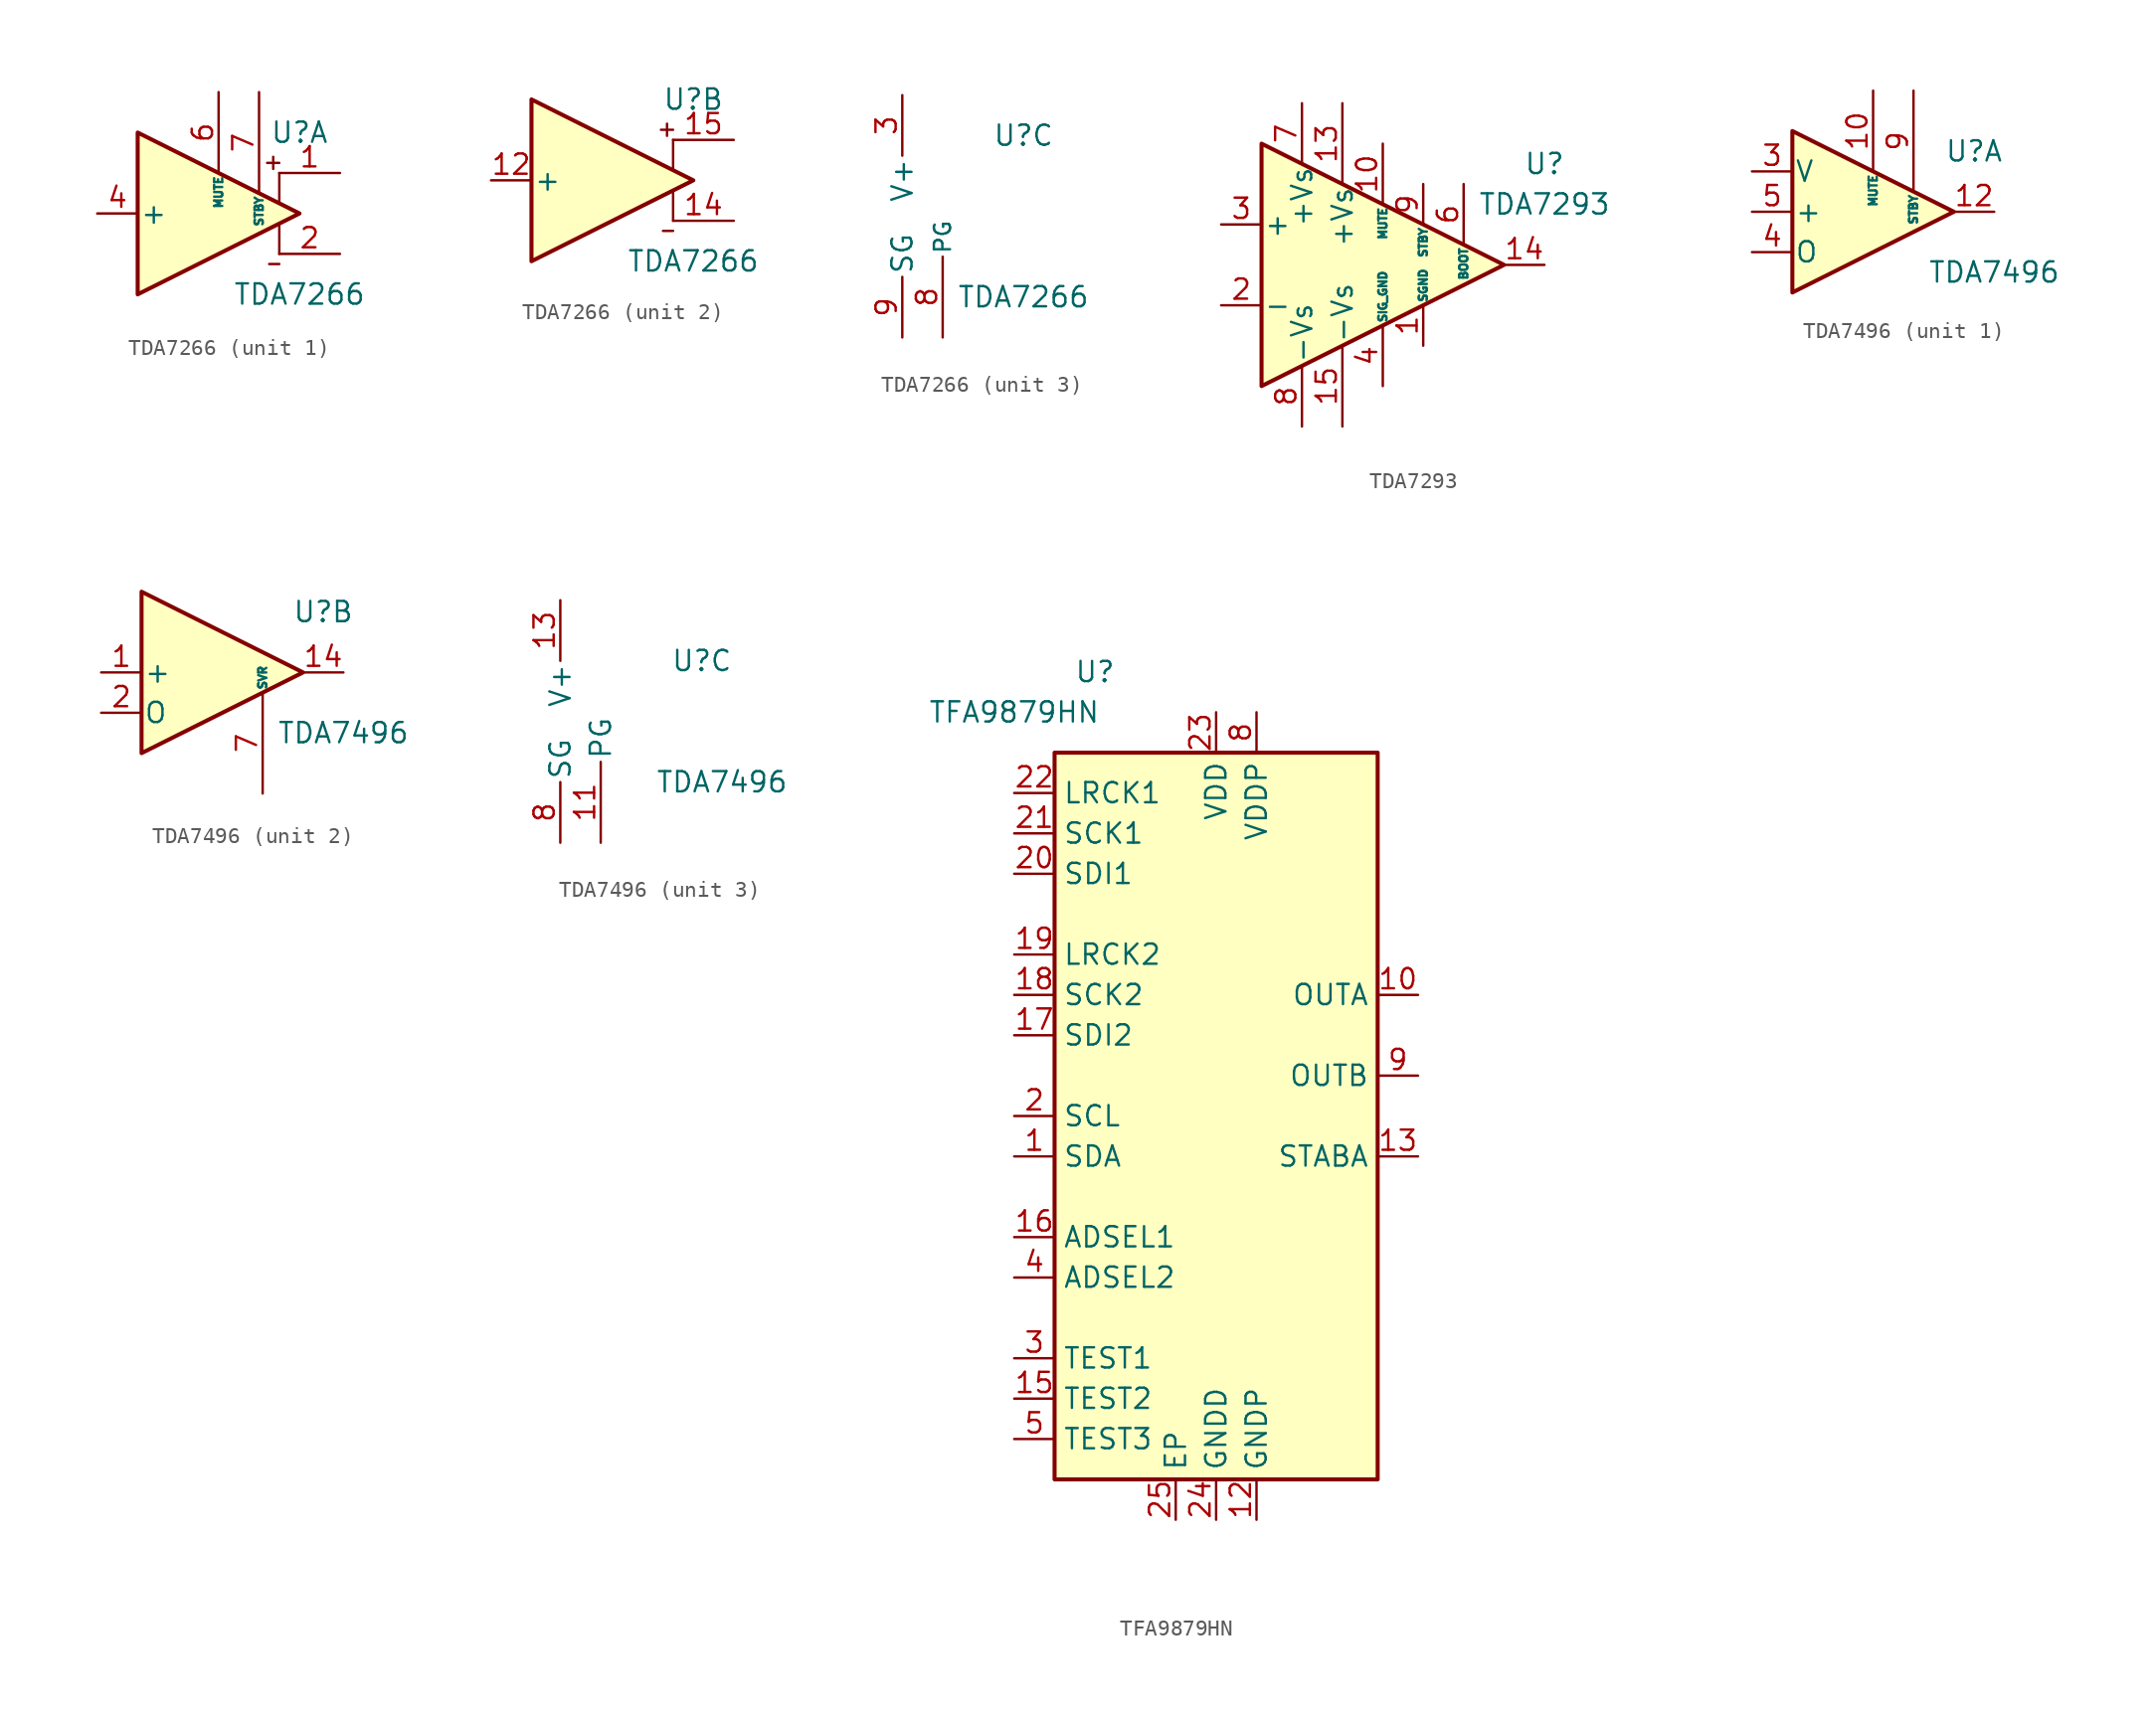
<source format=kicad_sym>
(kicad_symbol_lib
  (version 20200908)
  (generator kicad_symbol_editor)
  (symbol "Amplifier_Audio:TDA7266"
    (pin_names
      (offset 0.127))
    (property "Reference" "U"
      (at 5.08 5.08 0)
      (effects (font (size 1.27 1.27))))
    (property "Value" "TDA7266"
      (at 5.08 -5.08 0)
      (effects (font (size 1.27 1.27))))
    (property "ki_locked" ""
      (at 0 0 0)
      (effects (font (size 1.27 1.27))))
    (symbol "TDA7266_1_1"
      (polyline (pts (xy 3.048 3.175) (xy 3.81 3.175)) (stroke (width 0)) (fill (type none)))
      (polyline (pts (xy 3.175 -3.175) (xy 3.81 -3.175)) (stroke (width 0)) (fill (type none)))
      (polyline (pts (xy 3.429 2.794) (xy 3.429 3.556)) (stroke (width 0)) (fill (type none)))
      (polyline (pts (xy 3.81 -0.635) (xy 3.81 -2.54)) (stroke (width 0)) (fill (type none)))
      (polyline (pts (xy 3.81 2.54) (xy 3.81 0.635)) (stroke (width 0)) (fill (type none)))
      (polyline (pts (xy 5.08 0) (xy -5.08 5.08) (xy -5.08 -5.08) (xy 5.08 0)) (stroke (width 0.254)) (fill (type background)))
      (pin output line (at 7.62 2.54 180) (length 3.81) (name "~" (effects (font (size 1.27 1.27)))) (number "1" (effects (font (size 1.27 1.27)))))
      (pin unconnected line (at 0 2.54 270) (length 2.54) hide (name "NC" (effects (font (size 1.27 1.27)))) (number "10" (effects (font (size 1.27 1.27)))))
      (pin unconnected line (at 2.54 2.54 270) (length 2.54) hide (name "NC" (effects (font (size 1.27 1.27)))) (number "11" (effects (font (size 1.27 1.27)))))
      (pin output line (at 7.62 -2.54 180) (length 3.81) (name "~" (effects (font (size 1.27 1.27)))) (number "2" (effects (font (size 1.27 1.27)))))
      (pin input line (at -7.62 0 0) (length 2.54) (name "+" (effects (font (size 1.27 1.27)))) (number "4" (effects (font (size 1.27 1.27)))))
      (pin unconnected line (at -2.54 2.54 270) (length 2.54) hide (name "NC" (effects (font (size 1.27 1.27)))) (number "5" (effects (font (size 1.27 1.27)))))
      (pin input line (at 0 7.62 270) (length 5.08) (name "MUTE" (effects (font (size 0.508 0.508)))) (number "6" (effects (font (size 1.27 1.27)))))
      (pin input line (at 2.54 7.62 270) (length 6.35) (name "STBY" (effects (font (size 0.508 0.508)))) (number "7" (effects (font (size 1.27 1.27))))))
    (symbol "TDA7266_2_1"
      (polyline (pts (xy 3.048 3.175) (xy 3.81 3.175)) (stroke (width 0)) (fill (type none)))
      (polyline (pts (xy 3.175 -3.175) (xy 3.81 -3.175)) (stroke (width 0)) (fill (type none)))
      (polyline (pts (xy 3.429 2.794) (xy 3.429 3.556)) (stroke (width 0)) (fill (type none)))
      (polyline (pts (xy 3.81 -0.635) (xy 3.81 -2.54)) (stroke (width 0)) (fill (type none)))
      (polyline (pts (xy 3.81 2.54) (xy 3.81 0.635)) (stroke (width 0)) (fill (type none)))
      (polyline (pts (xy 5.08 0) (xy -5.08 5.08) (xy -5.08 -5.08) (xy 5.08 0)) (stroke (width 0.254)) (fill (type background)))
      (pin input line (at -7.62 0 0) (length 2.54) (name "+" (effects (font (size 1.27 1.27)))) (number "12" (effects (font (size 1.27 1.27)))))
      (pin output line (at 7.62 -2.54 180) (length 3.81) (name "~" (effects (font (size 1.27 1.27)))) (number "14" (effects (font (size 1.27 1.27)))))
      (pin output line (at 7.62 2.54 180) (length 3.81) (name "~" (effects (font (size 1.27 1.27)))) (number "15" (effects (font (size 1.27 1.27))))))
    (symbol "TDA7266_3_1"
      (pin passive line (at -2.54 7.62 270) (length 3.81) hide (name "V+" (effects (font (size 1.27 1.27)))) (number "13" (effects (font (size 1.27 1.27)))))
      (pin power_in line (at -2.54 7.62 270) (length 3.81) (name "V+" (effects (font (size 1.27 1.27)))) (number "3" (effects (font (size 1.27 1.27)))))
      (pin power_in line (at 0 -7.62 90) (length 5.08) (name "PG" (effects (font (size 1.016 1.016)))) (number "8" (effects (font (size 1.27 1.27)))))
      (pin power_in line (at -2.54 -7.62 90) (length 3.81) (name "SG" (effects (font (size 1.27 1.27)))) (number "9" (effects (font (size 1.27 1.27)))))))
  (symbol "Amplifier_Audio:TDA7293"
    (pin_names
      (offset 0.127))
    (property "Reference" "U"
      (at 10.16 6.35 0)
      (effects (font (size 1.27 1.27))))
    (property "Value" "TDA7293"
      (at 10.16 3.81 0)
      (effects (font (size 1.27 1.27))))
    (symbol "TDA7293_0_1"
      (polyline (pts (xy -7.62 7.62) (xy 7.62 0) (xy -7.62 -7.62) (xy -7.62 7.62)) (stroke (width 0.254)) (fill (type background))))
    (symbol "TDA7293_1_1"
      (pin power_in line (at 2.54 -5.08 90) (length 2.54) (name "SGND" (effects (font (size 0.508 0.508)))) (number "1" (effects (font (size 1.27 1.27)))))
      (pin input line (at 0 7.62 270) (length 3.81) (name "MUTE" (effects (font (size 0.508 0.508)))) (number "10" (effects (font (size 1.27 1.27)))))
      (pin unconnected line (at 0 2.54 270) (length 2.54) hide (name "NC" (effects (font (size 1.27 1.27)))) (number "11" (effects (font (size 1.27 1.27)))))
      (pin unconnected line (at 2.54 2.54 270) (length 2.54) hide (name "NC" (effects (font (size 1.27 1.27)))) (number "12" (effects (font (size 1.27 1.27)))))
      (pin power_in line (at -2.54 10.16 270) (length 5.08) (name "+Vs" (effects (font (size 1.27 1.27)))) (number "13" (effects (font (size 1.27 1.27)))))
      (pin output line (at 10.16 0 180) (length 2.54) (name "~" (effects (font (size 1.27 1.27)))) (number "14" (effects (font (size 1.27 1.27)))))
      (pin power_in line (at -2.54 -10.16 90) (length 5.08) (name "-Vs" (effects (font (size 1.27 1.27)))) (number "15" (effects (font (size 1.27 1.27)))))
      (pin input line (at -10.16 -2.54 0) (length 2.54) (name "-" (effects (font (size 1.27 1.27)))) (number "2" (effects (font (size 1.27 1.27)))))
      (pin input line (at -10.16 2.54 0) (length 2.54) (name "+" (effects (font (size 1.27 1.27)))) (number "3" (effects (font (size 1.27 1.27)))))
      (pin power_in line (at 0 -7.62 90) (length 3.81) (name "SIG_GND" (effects (font (size 0.508 0.508)))) (number "4" (effects (font (size 1.27 1.27)))))
      (pin unconnected line (at -2.54 2.54 270) (length 2.54) hide (name "NC" (effects (font (size 1.27 1.27)))) (number "5" (effects (font (size 1.27 1.27)))))
      (pin passive line (at 5.08 5.08 270) (length 3.81) (name "BOOT" (effects (font (size 0.508 0.508)))) (number "6" (effects (font (size 1.27 1.27)))))
      (pin power_in line (at -5.08 10.16 270) (length 3.81) (name "+Vs" (effects (font (size 1.27 1.27)))) (number "7" (effects (font (size 1.27 1.27)))))
      (pin power_in line (at -5.08 -10.16 90) (length 3.81) (name "-Vs" (effects (font (size 1.27 1.27)))) (number "8" (effects (font (size 1.27 1.27)))))
      (pin input line (at 2.54 5.08 270) (length 2.54) (name "STBY" (effects (font (size 0.508 0.508)))) (number "9" (effects (font (size 1.27 1.27)))))))
  (symbol "Amplifier_Audio:TDA7496"
    (pin_names
      (offset 0.127))
    (property "Reference" "U"
      (at 6.35 3.81 0)
      (effects (font (size 1.27 1.27))))
    (property "Value" "TDA7496"
      (at 7.62 -3.81 0)
      (effects (font (size 1.27 1.27))))
    (property "ki_locked" ""
      (at 0 0 0)
      (effects (font (size 1.27 1.27))))
    (symbol "TDA7496_1_1"
      (polyline (pts (xy 5.08 0) (xy -5.08 5.08) (xy -5.08 -5.08) (xy 5.08 0)) (stroke (width 0.254)) (fill (type background)))
      (pin input line (at 0 7.62 270) (length 5.08) (name "MUTE" (effects (font (size 0.508 0.508)))) (number "10" (effects (font (size 1.27 1.27)))))
      (pin output line (at 7.62 0 180) (length 2.54) (name "~" (effects (font (size 1.27 1.27)))) (number "12" (effects (font (size 1.27 1.27)))))
      (pin input line (at -7.62 2.54 0) (length 2.54) (name "V" (effects (font (size 1.27 1.27)))) (number "3" (effects (font (size 1.27 1.27)))))
      (pin output line (at -7.62 -2.54 0) (length 2.54) (name "O" (effects (font (size 1.27 1.27)))) (number "4" (effects (font (size 1.27 1.27)))))
      (pin input line (at -7.62 0 0) (length 2.54) (name "+" (effects (font (size 1.27 1.27)))) (number "5" (effects (font (size 1.27 1.27)))))
      (pin unconnected line (at 0 2.54 270) (length 2.54) hide (name "NC" (effects (font (size 1.27 1.27)))) (number "6" (effects (font (size 1.27 1.27)))))
      (pin input line (at 2.54 7.62 270) (length 6.35) (name "STBY" (effects (font (size 0.508 0.508)))) (number "9" (effects (font (size 1.27 1.27))))))
    (symbol "TDA7496_2_1"
      (polyline (pts (xy 5.08 0) (xy -5.08 5.08) (xy -5.08 -5.08) (xy 5.08 0)) (stroke (width 0.254)) (fill (type background)))
      (pin input line (at -7.62 0 0) (length 2.54) (name "+" (effects (font (size 1.27 1.27)))) (number "1" (effects (font (size 1.27 1.27)))))
      (pin output line (at 7.62 0 180) (length 2.54) (name "~" (effects (font (size 1.27 1.27)))) (number "14" (effects (font (size 1.27 1.27)))))
      (pin output line (at -7.62 -2.54 0) (length 2.54) (name "O" (effects (font (size 1.27 1.27)))) (number "2" (effects (font (size 1.27 1.27)))))
      (pin passive line (at 2.54 -7.62 90) (length 6.35) (name "SVR" (effects (font (size 0.508 0.508)))) (number "7" (effects (font (size 1.27 1.27))))))
    (symbol "TDA7496_3_1"
      (pin power_in line (at 0 -7.62 90) (length 5.08) (name "PG" (effects (font (size 1.27 1.27)))) (number "11" (effects (font (size 1.27 1.27)))))
      (pin power_in line (at -2.54 7.62 270) (length 3.81) (name "V+" (effects (font (size 1.27 1.27)))) (number "13" (effects (font (size 1.27 1.27)))))
      (pin passive line (at 0 -7.62 90) (length 5.08) hide (name "PG" (effects (font (size 1.27 1.27)))) (number "15" (effects (font (size 1.27 1.27)))))
      (pin power_in line (at -2.54 -7.62 90) (length 3.81) (name "SG" (effects (font (size 1.27 1.27)))) (number "8" (effects (font (size 1.27 1.27)))))))
  (symbol "Amplifier_Audio:TFA9879HN"
    (property "Reference" "U"
      (at -7.62 27.94 0)
      (effects (font (size 1.27 1.27))))
    (property "Value" "TFA9879HN"
      (at -12.7 25.4 0)
      (effects (font (size 1.27 1.27))))
    (symbol "TFA9879HN_0_1"
      (polyline (pts (xy -10.16 22.86) (xy 10.16 22.86) (xy 10.16 -22.86) (xy -10.16 -22.86) (xy -10.16 22.86)) (stroke (width 0.254)) (fill (type background))))
    (symbol "TFA9879HN_1_1"
      (pin bidirectional line (at -12.7 -2.54 0) (length 2.54) (name "SDA" (effects (font (size 1.27 1.27)))) (number "1" (effects (font (size 1.27 1.27)))))
      (pin output line (at 12.7 7.62 180) (length 2.54) (name "OUTA" (effects (font (size 1.27 1.27)))) (number "10" (effects (font (size 1.27 1.27)))))
      (pin passive line (at 2.54 -25.4 90) (length 2.54) hide (name "GNDP" (effects (font (size 1.27 1.27)))) (number "11" (effects (font (size 1.27 1.27)))))
      (pin power_in line (at 2.54 -25.4 90) (length 2.54) (name "GNDP" (effects (font (size 1.27 1.27)))) (number "12" (effects (font (size 1.27 1.27)))))
      (pin output line (at 12.7 -2.54 180) (length 2.54) (name "STABA" (effects (font (size 1.27 1.27)))) (number "13" (effects (font (size 1.27 1.27)))))
      (pin unconnected line (at 10.16 -10.16 180) (length 2.54) hide (name "NC" (effects (font (size 1.27 1.27)))) (number "14" (effects (font (size 1.27 1.27)))))
      (pin input line (at -12.7 -17.78 0) (length 2.54) (name "TEST2" (effects (font (size 1.27 1.27)))) (number "15" (effects (font (size 1.27 1.27)))))
      (pin input line (at -12.7 -7.62 0) (length 2.54) (name "ADSEL1" (effects (font (size 1.27 1.27)))) (number "16" (effects (font (size 1.27 1.27)))))
      (pin input line (at -12.7 5.08 0) (length 2.54) (name "SDI2" (effects (font (size 1.27 1.27)))) (number "17" (effects (font (size 1.27 1.27)))))
      (pin input line (at -12.7 7.62 0) (length 2.54) (name "SCK2" (effects (font (size 1.27 1.27)))) (number "18" (effects (font (size 1.27 1.27)))))
      (pin input line (at -12.7 10.16 0) (length 2.54) (name "LRCK2" (effects (font (size 1.27 1.27)))) (number "19" (effects (font (size 1.27 1.27)))))
      (pin input line (at -12.7 0 0) (length 2.54) (name "SCL" (effects (font (size 1.27 1.27)))) (number "2" (effects (font (size 1.27 1.27)))))
      (pin input line (at -12.7 15.24 0) (length 2.54) (name "SDI1" (effects (font (size 1.27 1.27)))) (number "20" (effects (font (size 1.27 1.27)))))
      (pin input line (at -12.7 17.78 0) (length 2.54) (name "SCK1" (effects (font (size 1.27 1.27)))) (number "21" (effects (font (size 1.27 1.27)))))
      (pin input line (at -12.7 20.32 0) (length 2.54) (name "LRCK1" (effects (font (size 1.27 1.27)))) (number "22" (effects (font (size 1.27 1.27)))))
      (pin power_in line (at 0 25.4 270) (length 2.54) (name "VDD" (effects (font (size 1.27 1.27)))) (number "23" (effects (font (size 1.27 1.27)))))
      (pin power_in line (at 0 -25.4 90) (length 2.54) (name "GNDD" (effects (font (size 1.27 1.27)))) (number "24" (effects (font (size 1.27 1.27)))))
      (pin passive line (at -2.54 -25.4 90) (length 2.54) (name "EP" (effects (font (size 1.27 1.27)))) (number "25" (effects (font (size 1.27 1.27)))))
      (pin input line (at -12.7 -15.24 0) (length 2.54) (name "TEST1" (effects (font (size 1.27 1.27)))) (number "3" (effects (font (size 1.27 1.27)))))
      (pin input line (at -12.7 -10.16 0) (length 2.54) (name "ADSEL2" (effects (font (size 1.27 1.27)))) (number "4" (effects (font (size 1.27 1.27)))))
      (pin input line (at -12.7 -20.32 0) (length 2.54) (name "TEST3" (effects (font (size 1.27 1.27)))) (number "5" (effects (font (size 1.27 1.27)))))
      (pin unconnected line (at 10.16 -12.7 180) (length 2.54) hide (name "NC" (effects (font (size 1.27 1.27)))) (number "6" (effects (font (size 1.27 1.27)))))
      (pin passive line (at 2.54 25.4 270) (length 2.54) hide (name "VDDP" (effects (font (size 1.27 1.27)))) (number "7" (effects (font (size 1.27 1.27)))))
      (pin power_in line (at 2.54 25.4 270) (length 2.54) (name "VDDP" (effects (font (size 1.27 1.27)))) (number "8" (effects (font (size 1.27 1.27)))))
      (pin output line (at 12.7 2.54 180) (length 2.54) (name "OUTB" (effects (font (size 1.27 1.27)))) (number "9" (effects (font (size 1.27 1.27))))))))
</source>
